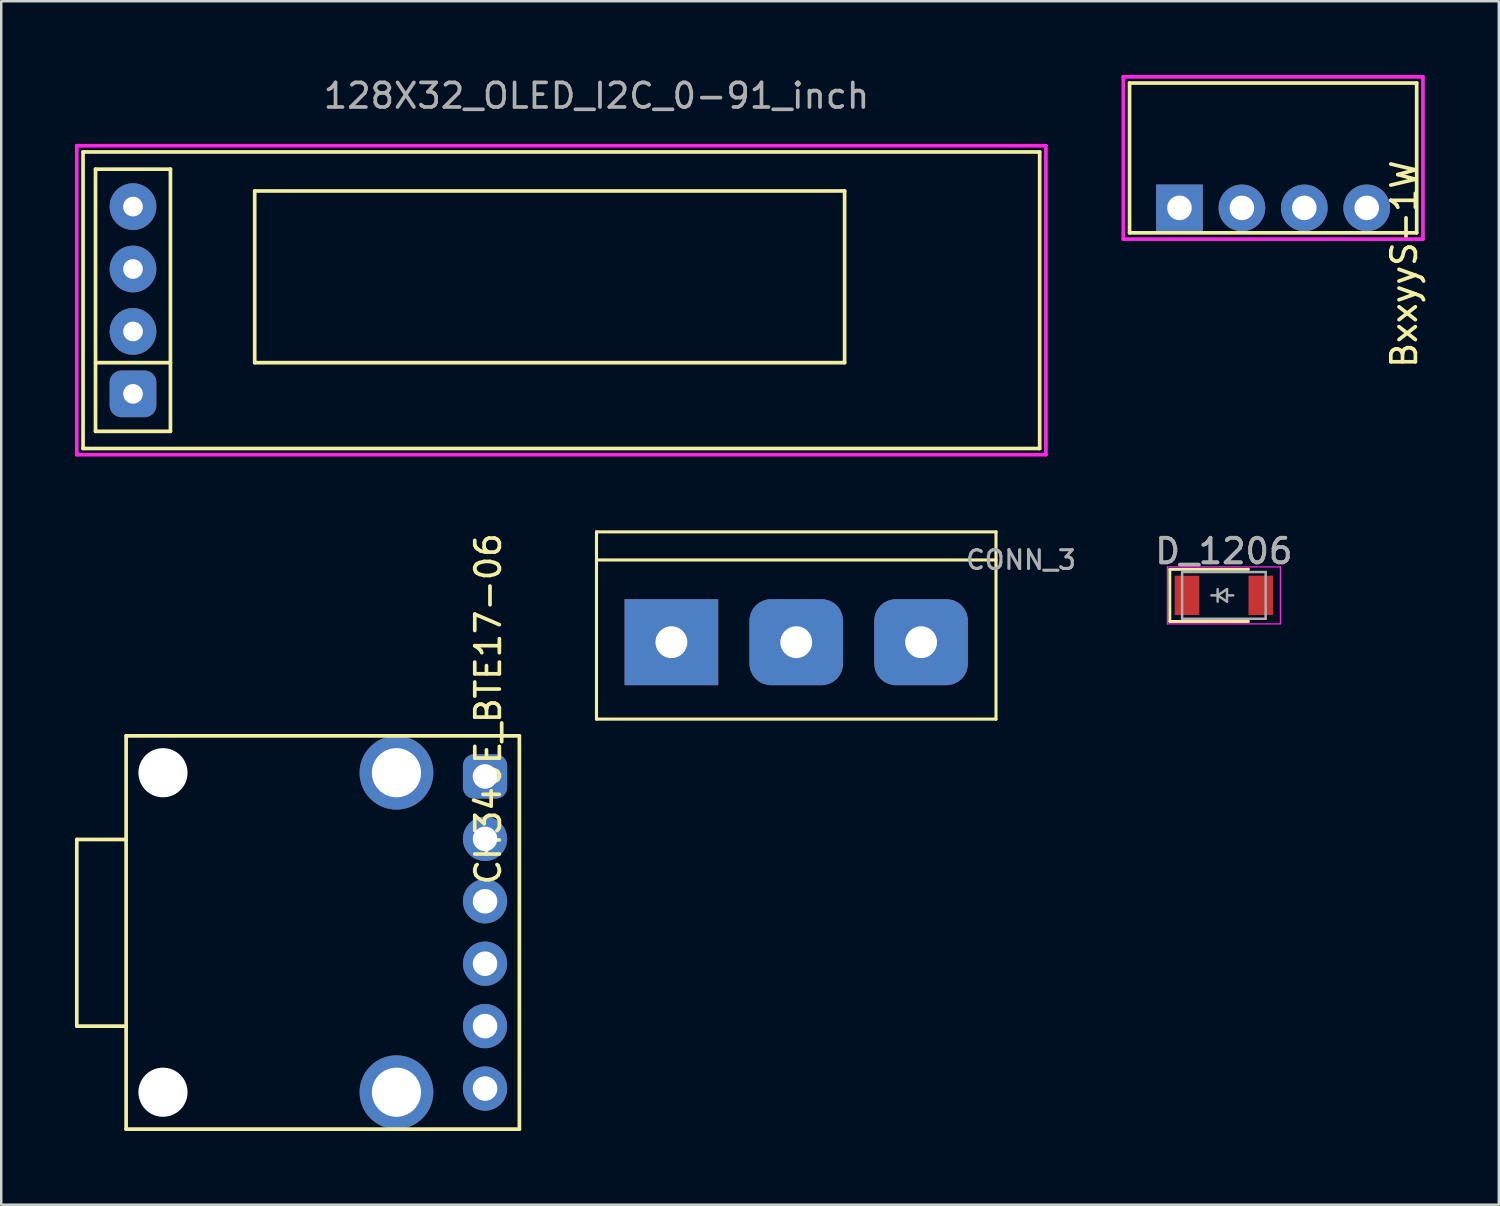
<source format=kicad_pcb>
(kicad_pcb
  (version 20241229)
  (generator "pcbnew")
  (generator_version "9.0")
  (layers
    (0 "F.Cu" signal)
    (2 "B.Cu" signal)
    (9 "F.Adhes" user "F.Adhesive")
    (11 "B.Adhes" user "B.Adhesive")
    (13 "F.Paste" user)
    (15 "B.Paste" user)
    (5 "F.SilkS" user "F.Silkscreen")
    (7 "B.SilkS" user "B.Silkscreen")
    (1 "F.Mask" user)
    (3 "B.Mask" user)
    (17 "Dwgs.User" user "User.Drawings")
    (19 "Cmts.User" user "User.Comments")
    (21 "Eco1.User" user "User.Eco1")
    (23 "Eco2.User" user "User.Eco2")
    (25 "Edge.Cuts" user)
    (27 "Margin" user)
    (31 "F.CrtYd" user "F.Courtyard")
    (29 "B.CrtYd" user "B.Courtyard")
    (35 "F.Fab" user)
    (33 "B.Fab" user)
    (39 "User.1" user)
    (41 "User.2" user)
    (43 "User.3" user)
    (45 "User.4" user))
  (footprint "D_1206"
    (layer "F.Cu")
    (at 46.751 21.177)
    (property "Reference" "D_1206" (at 0 -1.8 0) (layer "F.Fab") (effects (font (size 1 1) (thickness 0.15))))
    (attr smd)
    (fp_line (start -2.2 -1.06) (end -2.2 1.06) (stroke (width 0.12) (type solid)) (layer "F.SilkS"))
    (fp_line (start -2.2 1.06) (end 1 1.06) (stroke (width 0.12) (type solid)) (layer "F.SilkS"))
    (fp_line (start 1 -1.06) (end -2.2 -1.06) (stroke (width 0.12) (type solid)) (layer "F.SilkS"))
    (fp_line (start -2.3 -1.16) (end -2.3 1.16) (stroke (width 0.05) (type solid)) (layer "F.CrtYd"))
    (fp_line (start -2.3 -1.16) (end 2.3 -1.16) (stroke (width 0.05) (type solid)) (layer "F.CrtYd"))
    (fp_line (start -2.3 1.16) (end 2.3 1.16) (stroke (width 0.05) (type solid)) (layer "F.CrtYd"))
    (fp_line (start 2.3 -1.16) (end 2.3 1.16) (stroke (width 0.05) (type solid)) (layer "F.CrtYd"))
    (fp_line (start -1.7 -0.95) (end 1.7 -0.95) (stroke (width 0.1) (type solid)) (layer "F.Fab"))
    (fp_line (start -1.7 0.95) (end -1.7 -0.95) (stroke (width 0.1) (type solid)) (layer "F.Fab"))
    (fp_line (start -0.254 -0.254) (end -0.254 0.254) (stroke (width 0.1) (type solid)) (layer "F.Fab"))
    (fp_line (start -0.254 0) (end -0.508 0) (stroke (width 0.1) (type solid)) (layer "F.Fab"))
    (fp_line (start -0.254 0) (end 0.127 -0.254) (stroke (width 0.1) (type solid)) (layer "F.Fab"))
    (fp_line (start 0.127 -0.254) (end 0.127 0.254) (stroke (width 0.1) (type solid)) (layer "F.Fab"))
    (fp_line (start 0.127 0) (end 0.381 0) (stroke (width 0.1) (type solid)) (layer "F.Fab"))
    (fp_line (start 0.127 0.254) (end -0.254 0) (stroke (width 0.1) (type solid)) (layer "F.Fab"))
    (fp_line (start 1.7 -0.95) (end 1.7 0.95) (stroke (width 0.1) (type solid)) (layer "F.Fab"))
    (fp_line (start 1.7 0.95) (end -1.7 0.95) (stroke (width 0.1) (type solid)) (layer "F.Fab"))
    (fp_text user "${REFERENCE}" (at 0 -1.8 0) (layer "F.Fab") (effects (font (size 1 1) (thickness 0.15))))
    (pad "1" smd rect (at -1.5 0) (size 1 1.6) (layers "F.Cu" "F.Mask" "F.Paste"))
    (pad "2" smd rect (at 1.5 0) (size 1 1.6) (layers "F.Cu" "F.Mask" "F.Paste")))
  (footprint "BxxyyS-1W"
    (layer "F.Cu")
    (at 44.944 5.409)
    (property "Reference" "BxxyyS-1W" (at 9.144 2.286 90) (layer "F.SilkS") (effects (font (size 1 1) (thickness 0.15))))
    (attr through_hole)
    (fp_line (start -2.032 -5.08) (end 9.652 -5.08) (stroke (width 0.15) (type solid)) (layer "F.SilkS"))
    (fp_line (start -2.032 1.016) (end -2.032 -5.08) (stroke (width 0.15) (type solid)) (layer "F.SilkS"))
    (fp_line (start 9.652 -5.08) (end 9.652 1.016) (stroke (width 0.15) (type solid)) (layer "F.SilkS"))
    (fp_line (start 9.652 1.016) (end -2.032 1.016) (stroke (width 0.15) (type solid)) (layer "F.SilkS"))
    (fp_line (start -2.286 -5.334) (end -2.286 1.27) (stroke (width 0.15) (type solid)) (layer "F.CrtYd"))
    (fp_line (start -2.286 1.27) (end 9.906 1.27) (stroke (width 0.15) (type solid)) (layer "F.CrtYd"))
    (fp_line (start 9.906 -5.334) (end -2.286 -5.334) (stroke (width 0.15) (type solid)) (layer "F.CrtYd"))
    (fp_line (start 9.906 1.27) (end 9.906 -5.334) (stroke (width 0.15) (type solid)) (layer "F.CrtYd"))
    (pad "1" thru_hole rect (at 0 0) (size 1.9 1.9) (drill 1) (layers "*.Cu" "*.Mask"))
    (pad "2" thru_hole circle (at 2.54 0) (size 1.9 1.9) (drill 1) (layers "*.Cu" "*.Mask"))
    (pad "3" thru_hole circle (at 5.08 0) (size 1.9 1.9) (drill 1) (layers "*.Cu" "*.Mask"))
    (pad "4" thru_hole circle (at 7.62 0) (size 1.9 1.9) (drill 1) (layers "*.Cu" "*.Mask")))
  (footprint "CH340E_BTE17-06"
    (layer "F.Cu")
    (at 10.083 34.894)
    (property "Reference" "CH340E_BTE17-06" (at 6.731 -9.098 90) (layer "F.SilkS") (effects (font (size 1 1) (thickness 0.15))))
    (attr through_hole)
    (fp_line (start -10.008 -3.785) (end -10.008 3.81) (stroke (width 0.15) (type solid)) (layer "F.SilkS"))
    (fp_line (start -10.008 3.81) (end -8.001 3.81) (stroke (width 0.15) (type solid)) (layer "F.SilkS"))
    (fp_line (start -8.001 -8.001) (end 8.001 -8.001) (stroke (width 0.15) (type solid)) (layer "F.SilkS"))
    (fp_line (start -8.001 -3.785) (end -10.008 -3.785) (stroke (width 0.15) (type solid)) (layer "F.SilkS"))
    (fp_line (start -8.001 8.001) (end -8.001 -8.001) (stroke (width 0.15) (type solid)) (layer "F.SilkS"))
    (fp_line (start 8.001 -8.001) (end 8.001 8.001) (stroke (width 0.15) (type solid)) (layer "F.SilkS"))
    (fp_line (start 8.001 8.001) (end -8.001 8.001) (stroke (width 0.15) (type solid)) (layer "F.SilkS"))
    (pad "" np_thru_hole circle (at -6.501 -6.501) (size 2 2) (drill 2) (layers "B.Cu"))
    (pad "" np_thru_hole circle (at -6.501 6.499) (size 2 2) (drill 2) (layers "B.Cu"))
    (pad "" np_thru_hole circle (at 2.999 -6.501) (size 3 3) (drill 2) (layers "*.Cu" "*.Mask"))
    (pad "" np_thru_hole circle (at 2.999 6.499) (size 3 3) (drill 2) (layers "*.Cu" "*.Mask"))
    (pad "1" thru_hole roundrect (at 6.604 -6.35) (size 1.8 1.8) (drill 1) (layers "*.Cu" "*.Mask") (roundrect_rratio 0.25))
    (pad "2" thru_hole circle (at 6.604 -3.81) (size 1.8 1.8) (drill 1) (layers "*.Cu" "*.Mask"))
    (pad "3" thru_hole circle (at 6.604 -1.27) (size 1.8 1.8) (drill 1) (layers "*.Cu" "*.Mask"))
    (pad "4" thru_hole circle (at 6.604 1.27) (size 1.8 1.8) (drill 1) (layers "*.Cu" "*.Mask"))
    (pad "5" thru_hole circle (at 6.604 3.81) (size 1.8 1.8) (drill 1) (layers "*.Cu" "*.Mask"))
    (pad "6" thru_hole circle (at 6.604 6.35) (size 1.8 1.8) (drill 1) (layers "*.Cu" "*.Mask")))
  (footprint "128X32_OLED_I2C_0-91_inch"
    (layer "F.Cu")
    (at 19.316 8.214)
    (property "Reference" "128X32_OLED_I2C_0-91_inch" (at 1.905 -7.366 0) (layer "F.Fab") (effects (font (size 1 1) (thickness 0.15))))
    (attr through_hole)
    (fp_line (start -18.986 -5.08) (end -18.986 6.985) (stroke (width 0.15) (type solid)) (layer "F.SilkS"))
    (fp_line (start -18.986 6.985) (end 19.939 6.985) (stroke (width 0.15) (type solid)) (layer "F.SilkS"))
    (fp_line (start -18.479 -4.381) (end -15.431 -4.381) (stroke (width 0.15) (type solid)) (layer "F.SilkS"))
    (fp_line (start -18.479 3.493) (end -15.431 3.493) (stroke (width 0.15) (type solid)) (layer "F.SilkS"))
    (fp_line (start -18.479 6.287) (end -18.479 -4.381) (stroke (width 0.15) (type solid)) (layer "F.SilkS"))
    (fp_line (start -15.431 -4.381) (end -15.431 6.287) (stroke (width 0.15) (type solid)) (layer "F.SilkS"))
    (fp_line (start -15.431 6.287) (end -18.479 6.287) (stroke (width 0.15) (type solid)) (layer "F.SilkS"))
    (fp_line (start -12.002 -3.493) (end 12.002 -3.493) (stroke (width 0.15) (type solid)) (layer "F.SilkS"))
    (fp_line (start -12.002 3.493) (end -12.002 -3.493) (stroke (width 0.15) (type solid)) (layer "F.SilkS"))
    (fp_line (start 12.002 -3.493) (end 12.002 3.493) (stroke (width 0.15) (type solid)) (layer "F.SilkS"))
    (fp_line (start 12.002 3.493) (end -12.002 3.493) (stroke (width 0.15) (type solid)) (layer "F.SilkS"))
    (fp_line (start 19.939 -5.08) (end -18.986 -5.08) (stroke (width 0.15) (type solid)) (layer "F.SilkS"))
    (fp_line (start 19.939 6.985) (end 19.939 -5.08) (stroke (width 0.15) (type solid)) (layer "F.SilkS"))
    (fp_line (start -19.241 -5.334) (end -19.241 7.239) (stroke (width 0.15) (type solid)) (layer "F.CrtYd"))
    (fp_line (start -19.241 7.239) (end 20.193 7.239) (stroke (width 0.15) (type solid)) (layer "F.CrtYd"))
    (fp_line (start 20.193 -5.334) (end -19.241 -5.334) (stroke (width 0.15) (type solid)) (layer "F.CrtYd"))
    (fp_line (start 20.193 7.239) (end 20.193 -5.334) (stroke (width 0.15) (type solid)) (layer "F.CrtYd"))
    (pad "1" thru_hole roundrect (at -16.954 4.763) (size 1.9 1.9) (drill 0.8) (layers "*.Cu" "*.Mask") (roundrect_rratio 0.25))
    (pad "2" thru_hole circle (at -16.954 2.223) (size 1.9 1.9) (drill 0.8) (layers "*.Cu" "*.Mask"))
    (pad "3" thru_hole circle (at -16.954 -0.318) (size 1.9 1.9) (drill 0.8) (layers "*.Cu" "*.Mask"))
    (pad "4" thru_hole circle (at -16.954 -2.857) (size 1.9 1.9) (drill 0.8) (layers "*.Cu" "*.Mask")))
  (footprint "CONN_3"
    (layer "F.Cu")
    (at 29.35 22.783)
    (property "Reference" "CONN_3" (at 9.144 -3.048 0) (layer "F.Fab") (effects (font (size 0.762 0.762) (thickness 0.127))))
    (attr exclude_from_pos_files exclude_from_bom)
    (fp_line (start -8.128 -3.048) (end 8.128 -3.048) (stroke (width 0.127) (type solid)) (layer "F.SilkS"))
    (fp_line (start -8.128 3.429) (end -8.128 -4.191) (stroke (width 0.127) (type solid)) (layer "F.SilkS"))
    (fp_line (start -8.128 3.429) (end 8.128 3.429) (stroke (width 0.127) (type solid)) (layer "F.SilkS"))
    (fp_line (start 8.128 -4.191) (end -8.128 -4.191) (stroke (width 0.127) (type solid)) (layer "F.SilkS"))
    (fp_line (start 8.128 -4.191) (end 8.128 3.429) (stroke (width 0.127) (type solid)) (layer "F.SilkS"))
    (pad "1" thru_hole rect (at -5.08 0.298) (size 3.81 3.5) (drill 1.295) (layers "*.Cu" "*.Mask"))
    (pad "2" thru_hole roundrect (at 0 0.298) (size 3.81 3.5) (drill 1.295) (layers "*.Cu" "*.Mask") (roundrect_rratio 0.25))
    (pad "3" thru_hole roundrect (at 5.08 0.298) (size 3.81 3.5) (drill 1.295) (layers "*.Cu" "*.Mask") (roundrect_rratio 0.25)))
  (gr_rect
    (start -3 -3)
    (end 57.937 45.97)
    (stroke (width 0.1) (type default))
    (fill no)
    (layer "Edge.Cuts")))
</source>
